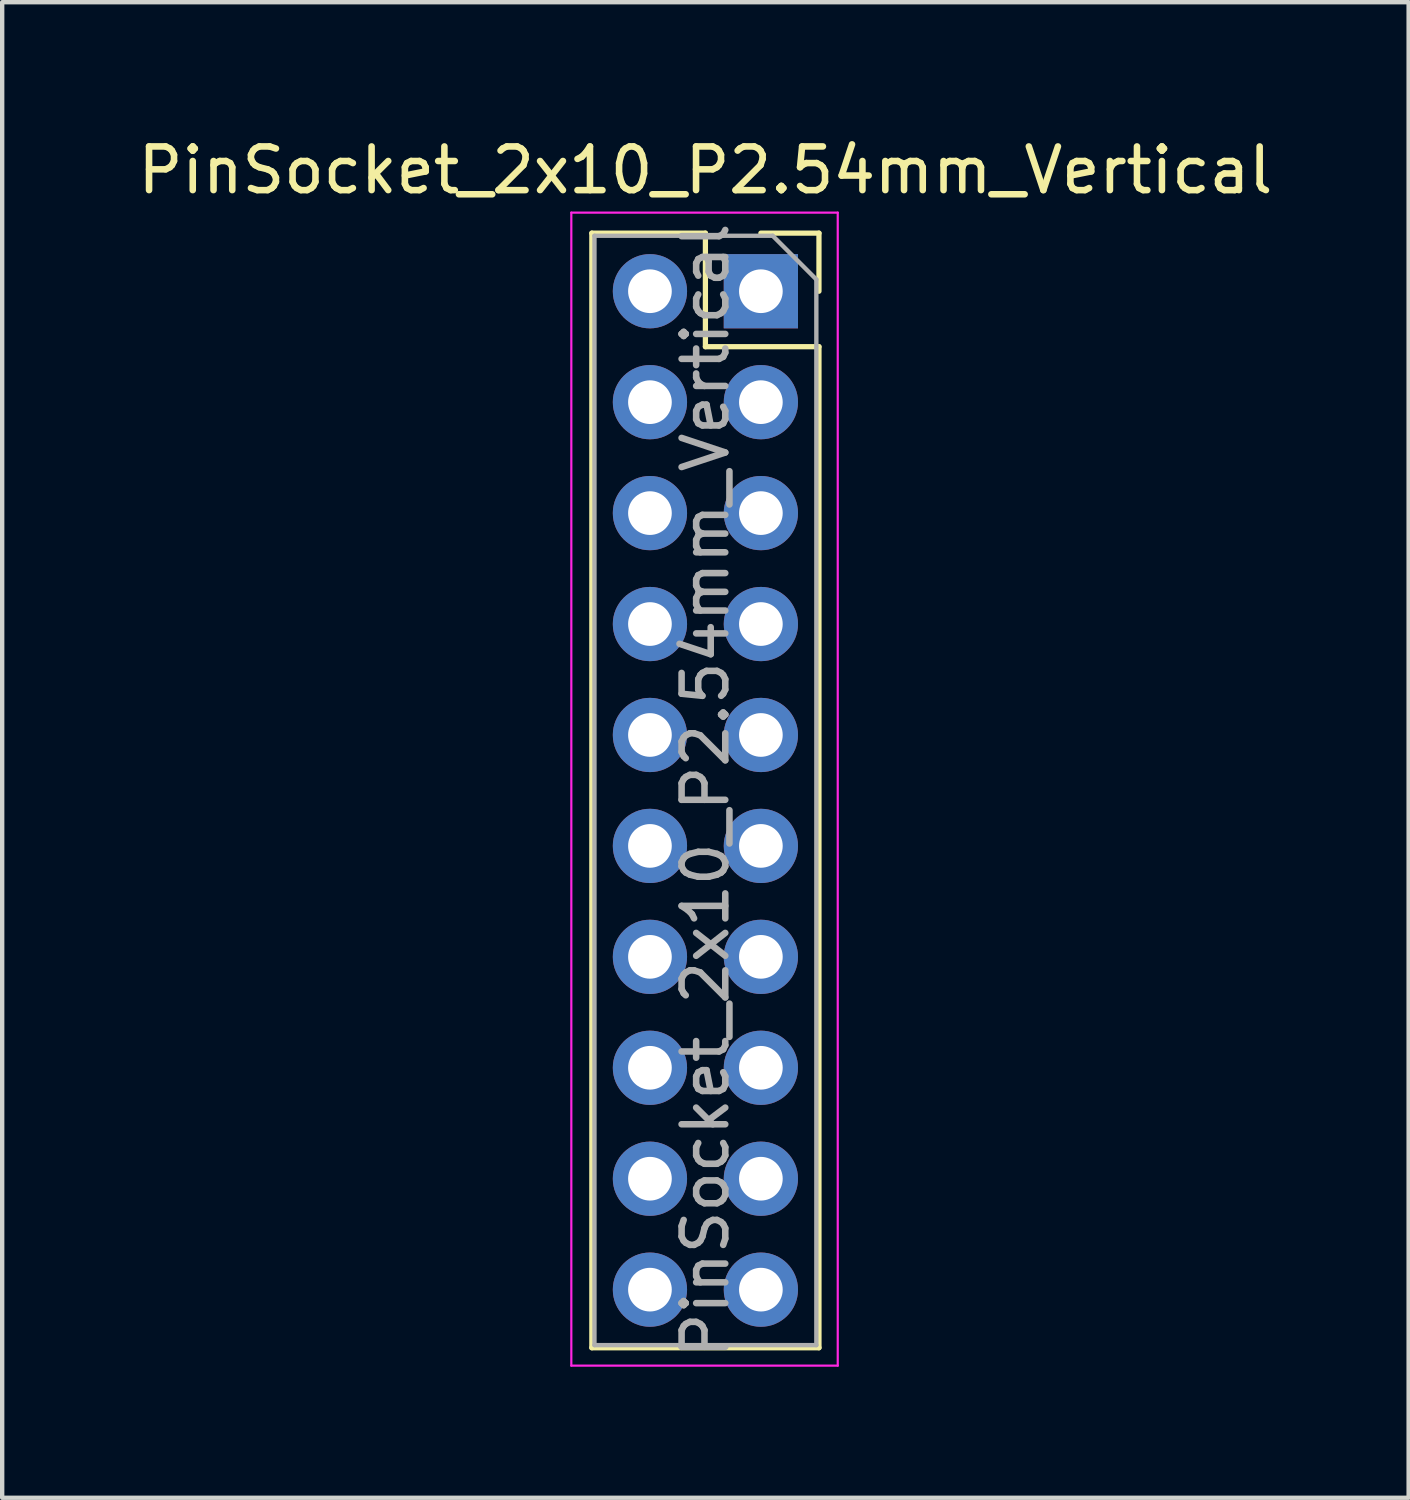
<source format=kicad_pcb>
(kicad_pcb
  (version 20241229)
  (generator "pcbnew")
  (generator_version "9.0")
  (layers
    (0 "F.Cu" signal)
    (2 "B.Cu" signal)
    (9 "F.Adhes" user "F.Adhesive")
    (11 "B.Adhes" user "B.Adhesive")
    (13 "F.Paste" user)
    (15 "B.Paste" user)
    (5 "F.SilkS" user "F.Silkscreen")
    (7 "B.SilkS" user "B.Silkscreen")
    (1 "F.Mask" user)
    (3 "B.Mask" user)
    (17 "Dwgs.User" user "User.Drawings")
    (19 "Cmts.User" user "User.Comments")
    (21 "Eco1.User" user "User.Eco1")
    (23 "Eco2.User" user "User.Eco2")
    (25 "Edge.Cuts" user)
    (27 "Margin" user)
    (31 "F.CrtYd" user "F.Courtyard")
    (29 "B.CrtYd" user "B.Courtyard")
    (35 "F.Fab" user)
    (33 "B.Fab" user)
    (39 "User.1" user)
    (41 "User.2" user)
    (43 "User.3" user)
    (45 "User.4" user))
  (footprint "PinSocket_2x10_P2.54mm_Vertical"
    (layer "F.Cu")
    (at 14.371 3.618)
    (property "Reference" "PinSocket_2x10_P2.54mm_Vertical" (at -1.27 -2.77 0) (layer "F.SilkS") (effects (font (size 1 1) (thickness 0.15))))
    (attr through_hole)
    (fp_line (start -3.87 -1.33) (end -3.87 24.19) (stroke (width 0.12) (type solid)) (layer "F.SilkS"))
    (fp_line (start -3.87 -1.33) (end -1.27 -1.33) (stroke (width 0.12) (type solid)) (layer "F.SilkS"))
    (fp_line (start -3.87 24.19) (end 1.33 24.19) (stroke (width 0.12) (type solid)) (layer "F.SilkS"))
    (fp_line (start -1.27 -1.33) (end -1.27 1.27) (stroke (width 0.12) (type solid)) (layer "F.SilkS"))
    (fp_line (start -1.27 1.27) (end 1.33 1.27) (stroke (width 0.12) (type solid)) (layer "F.SilkS"))
    (fp_line (start 0 -1.33) (end 1.33 -1.33) (stroke (width 0.12) (type solid)) (layer "F.SilkS"))
    (fp_line (start 1.33 -1.33) (end 1.33 0) (stroke (width 0.12) (type solid)) (layer "F.SilkS"))
    (fp_line (start 1.33 1.27) (end 1.33 24.19) (stroke (width 0.12) (type solid)) (layer "F.SilkS"))
    (fp_line (start -4.34 -1.8) (end 1.76 -1.8) (stroke (width 0.05) (type solid)) (layer "F.CrtYd"))
    (fp_line (start -4.34 24.6) (end -4.34 -1.8) (stroke (width 0.05) (type solid)) (layer "F.CrtYd"))
    (fp_line (start 1.76 -1.8) (end 1.76 24.6) (stroke (width 0.05) (type solid)) (layer "F.CrtYd"))
    (fp_line (start 1.76 24.6) (end -4.34 24.6) (stroke (width 0.05) (type solid)) (layer "F.CrtYd"))
    (fp_line (start -3.81 -1.27) (end 0.27 -1.27) (stroke (width 0.1) (type solid)) (layer "F.Fab"))
    (fp_line (start -3.81 24.13) (end -3.81 -1.27) (stroke (width 0.1) (type solid)) (layer "F.Fab"))
    (fp_line (start 0.27 -1.27) (end 1.27 -0.27) (stroke (width 0.1) (type solid)) (layer "F.Fab"))
    (fp_line (start 1.27 -0.27) (end 1.27 24.13) (stroke (width 0.1) (type solid)) (layer "F.Fab"))
    (fp_line (start 1.27 24.13) (end -3.81 24.13) (stroke (width 0.1) (type solid)) (layer "F.Fab"))
    (fp_text user "${REFERENCE}" (at -1.27 11.43 90) (layer "F.Fab") (effects (font (size 1 1) (thickness 0.15))))
    (pad "1" thru_hole rect (at 0 0) (size 1.7 1.7) (drill 1) (layers "*.Cu" "*.Mask"))
    (pad "2" thru_hole oval (at -2.54 0) (size 1.7 1.7) (drill 1) (layers "*.Cu" "*.Mask"))
    (pad "3" thru_hole oval (at 0 2.54) (size 1.7 1.7) (drill 1) (layers "*.Cu" "*.Mask"))
    (pad "4" thru_hole oval (at -2.54 2.54) (size 1.7 1.7) (drill 1) (layers "*.Cu" "*.Mask"))
    (pad "5" thru_hole oval (at 0 5.08) (size 1.7 1.7) (drill 1) (layers "*.Cu" "*.Mask"))
    (pad "6" thru_hole oval (at -2.54 5.08) (size 1.7 1.7) (drill 1) (layers "*.Cu" "*.Mask"))
    (pad "7" thru_hole oval (at 0 7.62) (size 1.7 1.7) (drill 1) (layers "*.Cu" "*.Mask"))
    (pad "8" thru_hole oval (at -2.54 7.62) (size 1.7 1.7) (drill 1) (layers "*.Cu" "*.Mask"))
    (pad "9" thru_hole oval (at 0 10.16) (size 1.7 1.7) (drill 1) (layers "*.Cu" "*.Mask"))
    (pad "10" thru_hole oval (at -2.54 10.16) (size 1.7 1.7) (drill 1) (layers "*.Cu" "*.Mask"))
    (pad "11" thru_hole oval (at 0 12.7) (size 1.7 1.7) (drill 1) (layers "*.Cu" "*.Mask"))
    (pad "12" thru_hole oval (at -2.54 12.7) (size 1.7 1.7) (drill 1) (layers "*.Cu" "*.Mask"))
    (pad "13" thru_hole oval (at 0 15.24) (size 1.7 1.7) (drill 1) (layers "*.Cu" "*.Mask"))
    (pad "14" thru_hole oval (at -2.54 15.24) (size 1.7 1.7) (drill 1) (layers "*.Cu" "*.Mask"))
    (pad "15" thru_hole oval (at 0 17.78) (size 1.7 1.7) (drill 1) (layers "*.Cu" "*.Mask"))
    (pad "16" thru_hole oval (at -2.54 17.78) (size 1.7 1.7) (drill 1) (layers "*.Cu" "*.Mask"))
    (pad "17" thru_hole oval (at 0 20.32) (size 1.7 1.7) (drill 1) (layers "*.Cu" "*.Mask"))
    (pad "18" thru_hole oval (at -2.54 20.32) (size 1.7 1.7) (drill 1) (layers "*.Cu" "*.Mask"))
    (pad "19" thru_hole oval (at 0 22.86) (size 1.7 1.7) (drill 1) (layers "*.Cu" "*.Mask"))
    (pad "20" thru_hole oval (at -2.54 22.86) (size 1.7 1.7) (drill 1) (layers "*.Cu" "*.Mask")))
  (gr_rect
    (start -3 -3)
    (end 29.202 31.243)
    (stroke (width 0.1) (type default))
    (fill no)
    (layer "Edge.Cuts")))
</source>
